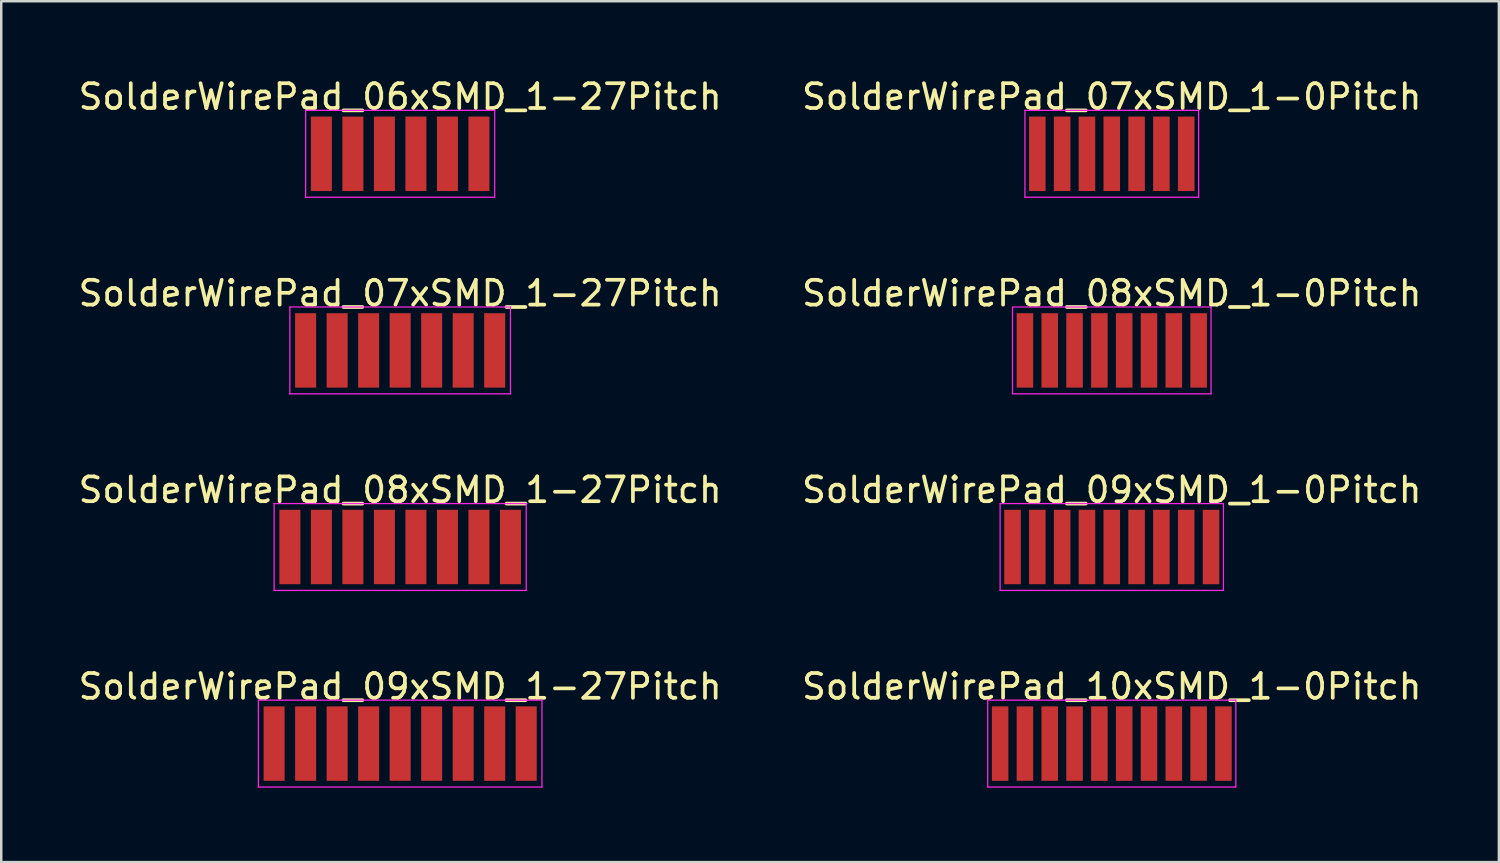
<source format=kicad_pcb>
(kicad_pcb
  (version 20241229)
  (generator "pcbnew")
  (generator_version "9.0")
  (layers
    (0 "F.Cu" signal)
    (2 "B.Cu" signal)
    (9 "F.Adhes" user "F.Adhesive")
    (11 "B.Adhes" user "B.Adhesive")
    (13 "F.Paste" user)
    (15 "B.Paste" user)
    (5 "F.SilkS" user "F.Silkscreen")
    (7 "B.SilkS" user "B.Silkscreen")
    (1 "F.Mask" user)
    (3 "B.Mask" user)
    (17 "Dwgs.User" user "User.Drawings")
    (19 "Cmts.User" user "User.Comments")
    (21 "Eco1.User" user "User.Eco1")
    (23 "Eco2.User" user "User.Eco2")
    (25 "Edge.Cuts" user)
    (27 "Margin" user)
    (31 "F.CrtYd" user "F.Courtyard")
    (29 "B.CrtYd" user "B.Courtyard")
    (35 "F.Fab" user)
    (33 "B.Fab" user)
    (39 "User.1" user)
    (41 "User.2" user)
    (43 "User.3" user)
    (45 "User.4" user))
  (footprint "SolderWirePad_08xSMD_1-0Pitch"
    (layer "F.Cu")
    (at 41.756 11.072)
    (property "Reference" "SolderWirePad_08xSMD_1-0Pitch" (at 0 -2.3 0) (layer "F.SilkS") (effects (font (size 1 1) (thickness 0.15))))
    (attr through_hole)
    (fp_line (start -4 -1.75) (end 4 -1.75) (stroke (width 0.05) (type solid)) (layer "F.CrtYd"))
    (fp_line (start -4 1.75) (end -4 -1.75) (stroke (width 0.05) (type solid)) (layer "F.CrtYd"))
    (fp_line (start 4 -1.75) (end 4 1.75) (stroke (width 0.05) (type solid)) (layer "F.CrtYd"))
    (fp_line (start 4 1.75) (end -4 1.75) (stroke (width 0.05) (type solid)) (layer "F.CrtYd"))
    (pad "1" smd rect (at -3.5 0) (size 0.667 3) (layers "F.Cu" "F.Mask" "F.Paste"))
    (pad "2" smd rect (at -2.5 0) (size 0.667 3) (layers "F.Cu" "F.Mask" "F.Paste"))
    (pad "3" smd rect (at -1.5 0) (size 0.667 3) (layers "F.Cu" "F.Mask" "F.Paste"))
    (pad "4" smd rect (at -0.5 0) (size 0.667 3) (layers "F.Cu" "F.Mask" "F.Paste"))
    (pad "5" smd rect (at 0.5 0) (size 0.667 3) (layers "F.Cu" "F.Mask" "F.Paste"))
    (pad "6" smd rect (at 1.5 0) (size 0.667 3) (layers "F.Cu" "F.Mask" "F.Paste"))
    (pad "7" smd rect (at 2.5 0) (size 0.667 3) (layers "F.Cu" "F.Mask" "F.Paste"))
    (pad "8" smd rect (at 3.5 0) (size 0.667 3) (layers "F.Cu" "F.Mask" "F.Paste")))
  (footprint "SolderWirePad_07xSMD_1-0Pitch"
    (layer "F.Cu")
    (at 41.756 3.148)
    (property "Reference" "SolderWirePad_07xSMD_1-0Pitch" (at 0 -2.3 0) (layer "F.SilkS") (effects (font (size 1 1) (thickness 0.15))))
    (attr through_hole)
    (fp_line (start -3.5 -1.75) (end 3.5 -1.75) (stroke (width 0.05) (type solid)) (layer "F.CrtYd"))
    (fp_line (start -3.5 1.75) (end -3.5 -1.75) (stroke (width 0.05) (type solid)) (layer "F.CrtYd"))
    (fp_line (start 3.5 -1.75) (end 3.5 1.75) (stroke (width 0.05) (type solid)) (layer "F.CrtYd"))
    (fp_line (start 3.5 1.75) (end -3.5 1.75) (stroke (width 0.05) (type solid)) (layer "F.CrtYd"))
    (pad "1" smd rect (at -3 0) (size 0.667 3) (layers "F.Cu" "F.Mask" "F.Paste"))
    (pad "2" smd rect (at -2 0) (size 0.667 3) (layers "F.Cu" "F.Mask" "F.Paste"))
    (pad "3" smd rect (at -1 0) (size 0.667 3) (layers "F.Cu" "F.Mask" "F.Paste"))
    (pad "4" smd rect (at 0 0) (size 0.667 3) (layers "F.Cu" "F.Mask" "F.Paste"))
    (pad "5" smd rect (at 1 0) (size 0.667 3) (layers "F.Cu" "F.Mask" "F.Paste"))
    (pad "6" smd rect (at 2 0) (size 0.667 3) (layers "F.Cu" "F.Mask" "F.Paste"))
    (pad "7" smd rect (at 3 0) (size 0.667 3) (layers "F.Cu" "F.Mask" "F.Paste")))
  (footprint "SolderWirePad_08xSMD_1-27Pitch"
    (layer "F.Cu")
    (at 13.077 18.995)
    (property "Reference" "SolderWirePad_08xSMD_1-27Pitch" (at 0 -2.3 0) (layer "F.SilkS") (effects (font (size 1 1) (thickness 0.15))))
    (attr through_hole)
    (fp_line (start -5.08 -1.75) (end 5.08 -1.75) (stroke (width 0.05) (type solid)) (layer "F.CrtYd"))
    (fp_line (start -5.08 1.75) (end -5.08 -1.75) (stroke (width 0.05) (type solid)) (layer "F.CrtYd"))
    (fp_line (start 5.08 -1.75) (end 5.08 1.75) (stroke (width 0.05) (type solid)) (layer "F.CrtYd"))
    (fp_line (start 5.08 1.75) (end -5.08 1.75) (stroke (width 0.05) (type solid)) (layer "F.CrtYd"))
    (pad "1" smd rect (at -4.445 0) (size 0.847 3) (layers "F.Cu" "F.Mask" "F.Paste"))
    (pad "2" smd rect (at -3.175 0) (size 0.847 3) (layers "F.Cu" "F.Mask" "F.Paste"))
    (pad "3" smd rect (at -1.905 0) (size 0.847 3) (layers "F.Cu" "F.Mask" "F.Paste"))
    (pad "4" smd rect (at -0.635 0) (size 0.847 3) (layers "F.Cu" "F.Mask" "F.Paste"))
    (pad "5" smd rect (at 0.635 0) (size 0.847 3) (layers "F.Cu" "F.Mask" "F.Paste"))
    (pad "6" smd rect (at 1.905 0) (size 0.847 3) (layers "F.Cu" "F.Mask" "F.Paste"))
    (pad "7" smd rect (at 3.175 0) (size 0.847 3) (layers "F.Cu" "F.Mask" "F.Paste"))
    (pad "8" smd rect (at 4.445 0) (size 0.847 3) (layers "F.Cu" "F.Mask" "F.Paste")))
  (footprint "SolderWirePad_09xSMD_1-27Pitch"
    (layer "F.Cu")
    (at 13.077 26.918)
    (property "Reference" "SolderWirePad_09xSMD_1-27Pitch" (at 0 -2.3 0) (layer "F.SilkS") (effects (font (size 1 1) (thickness 0.15))))
    (attr through_hole)
    (fp_line (start -5.715 -1.75) (end 5.715 -1.75) (stroke (width 0.05) (type solid)) (layer "F.CrtYd"))
    (fp_line (start -5.715 1.75) (end -5.715 -1.75) (stroke (width 0.05) (type solid)) (layer "F.CrtYd"))
    (fp_line (start 5.715 -1.75) (end 5.715 1.75) (stroke (width 0.05) (type solid)) (layer "F.CrtYd"))
    (fp_line (start 5.715 1.75) (end -5.715 1.75) (stroke (width 0.05) (type solid)) (layer "F.CrtYd"))
    (pad "1" smd rect (at -5.08 0) (size 0.847 3) (layers "F.Cu" "F.Mask" "F.Paste"))
    (pad "2" smd rect (at -3.81 0) (size 0.847 3) (layers "F.Cu" "F.Mask" "F.Paste"))
    (pad "3" smd rect (at -2.54 0) (size 0.847 3) (layers "F.Cu" "F.Mask" "F.Paste"))
    (pad "4" smd rect (at -1.27 0) (size 0.847 3) (layers "F.Cu" "F.Mask" "F.Paste"))
    (pad "5" smd rect (at 0 0) (size 0.847 3) (layers "F.Cu" "F.Mask" "F.Paste"))
    (pad "6" smd rect (at 1.27 0) (size 0.847 3) (layers "F.Cu" "F.Mask" "F.Paste"))
    (pad "7" smd rect (at 2.54 0) (size 0.847 3) (layers "F.Cu" "F.Mask" "F.Paste"))
    (pad "8" smd rect (at 3.81 0) (size 0.847 3) (layers "F.Cu" "F.Mask" "F.Paste"))
    (pad "9" smd rect (at 5.08 0) (size 0.847 3) (layers "F.Cu" "F.Mask" "F.Paste")))
  (footprint "SolderWirePad_07xSMD_1-27Pitch"
    (layer "F.Cu")
    (at 13.077 11.072)
    (property "Reference" "SolderWirePad_07xSMD_1-27Pitch" (at 0 -2.3 0) (layer "F.SilkS") (effects (font (size 1 1) (thickness 0.15))))
    (attr through_hole)
    (fp_line (start -4.445 -1.75) (end 4.445 -1.75) (stroke (width 0.05) (type solid)) (layer "F.CrtYd"))
    (fp_line (start -4.445 1.75) (end -4.445 -1.75) (stroke (width 0.05) (type solid)) (layer "F.CrtYd"))
    (fp_line (start 4.445 -1.75) (end 4.445 1.75) (stroke (width 0.05) (type solid)) (layer "F.CrtYd"))
    (fp_line (start 4.445 1.75) (end -4.445 1.75) (stroke (width 0.05) (type solid)) (layer "F.CrtYd"))
    (pad "1" smd rect (at -3.81 0) (size 0.847 3) (layers "F.Cu" "F.Mask" "F.Paste"))
    (pad "2" smd rect (at -2.54 0) (size 0.847 3) (layers "F.Cu" "F.Mask" "F.Paste"))
    (pad "3" smd rect (at -1.27 0) (size 0.847 3) (layers "F.Cu" "F.Mask" "F.Paste"))
    (pad "4" smd rect (at 0 0) (size 0.847 3) (layers "F.Cu" "F.Mask" "F.Paste"))
    (pad "5" smd rect (at 1.27 0) (size 0.847 3) (layers "F.Cu" "F.Mask" "F.Paste"))
    (pad "6" smd rect (at 2.54 0) (size 0.847 3) (layers "F.Cu" "F.Mask" "F.Paste"))
    (pad "7" smd rect (at 3.81 0) (size 0.847 3) (layers "F.Cu" "F.Mask" "F.Paste")))
  (footprint "SolderWirePad_09xSMD_1-0Pitch"
    (layer "F.Cu")
    (at 41.756 18.995)
    (property "Reference" "SolderWirePad_09xSMD_1-0Pitch" (at 0 -2.3 0) (layer "F.SilkS") (effects (font (size 1 1) (thickness 0.15))))
    (attr through_hole)
    (fp_line (start -4.5 -1.75) (end 4.5 -1.75) (stroke (width 0.05) (type solid)) (layer "F.CrtYd"))
    (fp_line (start -4.5 1.75) (end -4.5 -1.75) (stroke (width 0.05) (type solid)) (layer "F.CrtYd"))
    (fp_line (start 4.5 -1.75) (end 4.5 1.75) (stroke (width 0.05) (type solid)) (layer "F.CrtYd"))
    (fp_line (start 4.5 1.75) (end -4.5 1.75) (stroke (width 0.05) (type solid)) (layer "F.CrtYd"))
    (pad "1" smd rect (at -4 0) (size 0.667 3) (layers "F.Cu" "F.Mask" "F.Paste"))
    (pad "2" smd rect (at -3 0) (size 0.667 3) (layers "F.Cu" "F.Mask" "F.Paste"))
    (pad "3" smd rect (at -2 0) (size 0.667 3) (layers "F.Cu" "F.Mask" "F.Paste"))
    (pad "4" smd rect (at -1 0) (size 0.667 3) (layers "F.Cu" "F.Mask" "F.Paste"))
    (pad "5" smd rect (at 0 0) (size 0.667 3) (layers "F.Cu" "F.Mask" "F.Paste"))
    (pad "6" smd rect (at 1 0) (size 0.667 3) (layers "F.Cu" "F.Mask" "F.Paste"))
    (pad "7" smd rect (at 2 0) (size 0.667 3) (layers "F.Cu" "F.Mask" "F.Paste"))
    (pad "8" smd rect (at 3 0) (size 0.667 3) (layers "F.Cu" "F.Mask" "F.Paste"))
    (pad "9" smd rect (at 4 0) (size 0.667 3) (layers "F.Cu" "F.Mask" "F.Paste")))
  (footprint "SolderWirePad_10xSMD_1-0Pitch"
    (layer "F.Cu")
    (at 41.756 26.918)
    (property "Reference" "SolderWirePad_10xSMD_1-0Pitch" (at 0 -2.3 0) (layer "F.SilkS") (effects (font (size 1 1) (thickness 0.15))))
    (attr through_hole)
    (fp_line (start -5 -1.75) (end 5 -1.75) (stroke (width 0.05) (type solid)) (layer "F.CrtYd"))
    (fp_line (start -5 1.75) (end -5 -1.75) (stroke (width 0.05) (type solid)) (layer "F.CrtYd"))
    (fp_line (start 5 -1.75) (end 5 1.75) (stroke (width 0.05) (type solid)) (layer "F.CrtYd"))
    (fp_line (start 5 1.75) (end -5 1.75) (stroke (width 0.05) (type solid)) (layer "F.CrtYd"))
    (pad "1" smd rect (at -4.5 0) (size 0.667 3) (layers "F.Cu" "F.Mask" "F.Paste"))
    (pad "2" smd rect (at -3.5 0) (size 0.667 3) (layers "F.Cu" "F.Mask" "F.Paste"))
    (pad "3" smd rect (at -2.5 0) (size 0.667 3) (layers "F.Cu" "F.Mask" "F.Paste"))
    (pad "4" smd rect (at -1.5 0) (size 0.667 3) (layers "F.Cu" "F.Mask" "F.Paste"))
    (pad "5" smd rect (at -0.5 0) (size 0.667 3) (layers "F.Cu" "F.Mask" "F.Paste"))
    (pad "6" smd rect (at 0.5 0) (size 0.667 3) (layers "F.Cu" "F.Mask" "F.Paste"))
    (pad "7" smd rect (at 1.5 0) (size 0.667 3) (layers "F.Cu" "F.Mask" "F.Paste"))
    (pad "8" smd rect (at 2.5 0) (size 0.667 3) (layers "F.Cu" "F.Mask" "F.Paste"))
    (pad "9" smd rect (at 3.5 0) (size 0.667 3) (layers "F.Cu" "F.Mask" "F.Paste"))
    (pad "10" smd rect (at 4.5 0) (size 0.667 3) (layers "F.Cu" "F.Mask" "F.Paste")))
  (footprint "SolderWirePad_06xSMD_1-27Pitch"
    (layer "F.Cu")
    (at 13.077 3.148)
    (property "Reference" "SolderWirePad_06xSMD_1-27Pitch" (at 0 -2.3 0) (layer "F.SilkS") (effects (font (size 1 1) (thickness 0.15))))
    (attr through_hole)
    (fp_line (start -3.81 -1.75) (end 3.81 -1.75) (stroke (width 0.05) (type solid)) (layer "F.CrtYd"))
    (fp_line (start -3.81 1.75) (end -3.81 -1.75) (stroke (width 0.05) (type solid)) (layer "F.CrtYd"))
    (fp_line (start 3.81 -1.75) (end 3.81 1.75) (stroke (width 0.05) (type solid)) (layer "F.CrtYd"))
    (fp_line (start 3.81 1.75) (end -3.81 1.75) (stroke (width 0.05) (type solid)) (layer "F.CrtYd"))
    (pad "1" smd rect (at -3.175 0) (size 0.847 3) (layers "F.Cu" "F.Mask" "F.Paste"))
    (pad "2" smd rect (at -1.905 0) (size 0.847 3) (layers "F.Cu" "F.Mask" "F.Paste"))
    (pad "3" smd rect (at -0.635 0) (size 0.847 3) (layers "F.Cu" "F.Mask" "F.Paste"))
    (pad "4" smd rect (at 0.635 0) (size 0.847 3) (layers "F.Cu" "F.Mask" "F.Paste"))
    (pad "5" smd rect (at 1.905 0) (size 0.847 3) (layers "F.Cu" "F.Mask" "F.Paste"))
    (pad "6" smd rect (at 3.175 0) (size 0.847 3) (layers "F.Cu" "F.Mask" "F.Paste")))
  (gr_rect
    (start -3 -3)
    (end 57.357 31.693)
    (stroke (width 0.1) (type default))
    (fill no)
    (layer "Edge.Cuts")))
</source>
